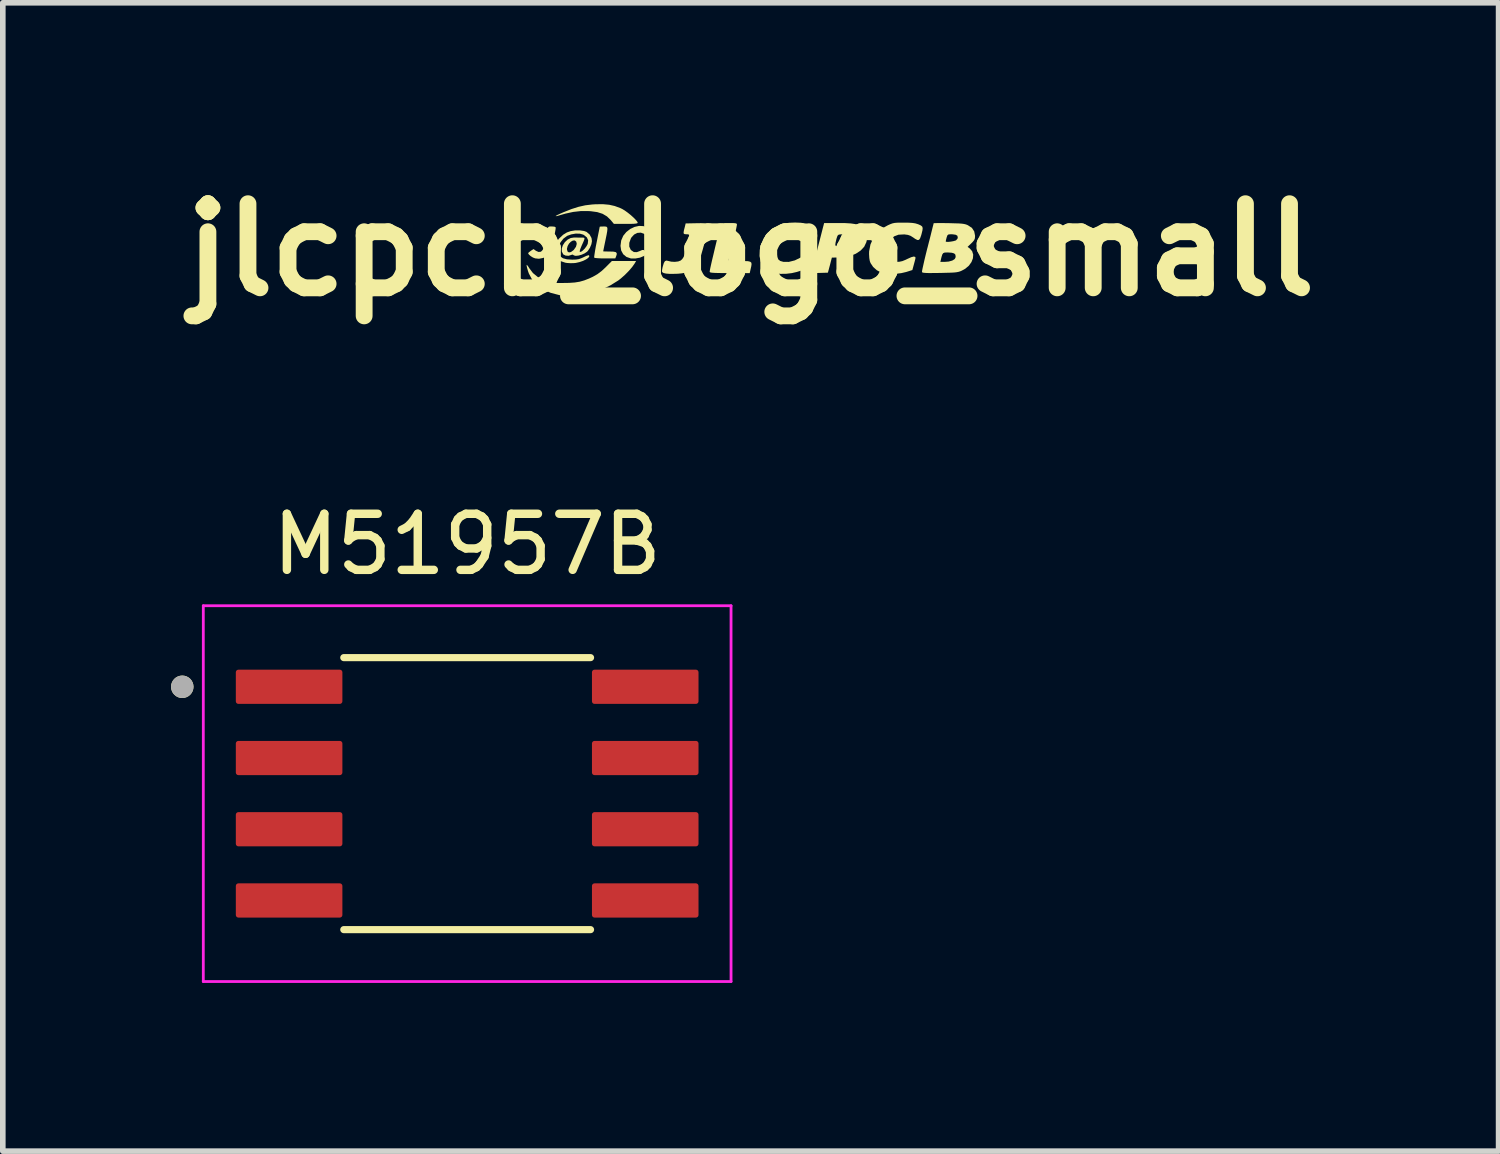
<source format=kicad_pcb>
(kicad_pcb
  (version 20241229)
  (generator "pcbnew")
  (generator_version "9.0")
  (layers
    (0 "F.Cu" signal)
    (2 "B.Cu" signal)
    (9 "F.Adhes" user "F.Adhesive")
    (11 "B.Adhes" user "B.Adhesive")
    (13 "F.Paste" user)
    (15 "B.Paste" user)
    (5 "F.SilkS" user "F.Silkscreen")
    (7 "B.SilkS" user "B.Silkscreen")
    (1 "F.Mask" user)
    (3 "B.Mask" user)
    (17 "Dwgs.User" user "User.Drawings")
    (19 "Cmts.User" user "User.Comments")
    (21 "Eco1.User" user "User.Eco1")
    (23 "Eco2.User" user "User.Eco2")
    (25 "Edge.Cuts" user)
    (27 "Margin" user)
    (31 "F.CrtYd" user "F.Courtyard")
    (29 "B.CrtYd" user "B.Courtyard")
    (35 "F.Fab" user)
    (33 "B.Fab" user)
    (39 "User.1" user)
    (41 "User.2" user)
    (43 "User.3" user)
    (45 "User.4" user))
  (footprint "jlcpcb_logo_small"
    (layer "F.Cu")
    (at 10.336 1.404)
    (property "Reference" "jlcpcb_logo_small" (at 0 0 0) (layer "F.SilkS") (effects (font (size 1.5 1.5) (thickness 0.3))))
    (attr board_only exclude_from_pos_files exclude_from_bom)
    (fp_poly (pts (xy -2.524 -0.803) (xy -2.426 -0.781) (xy -2.328 -0.745) (xy -2.292 -0.728) (xy -2.247 -0.701) (xy -2.194 -0.663) (xy -2.139 -0.619) (xy -2.088 -0.573) (xy -2.047 -0.531) (xy -2.021 -0.498) (xy -2.015 -0.482) (xy -2.022 -0.474) (xy -2.043 -0.468) (xy -2.084 -0.464) (xy -2.148 -0.462) (xy -2.228 -0.462) (xy -2.44 -0.462) (xy -2.496 -0.53) (xy -2.563 -0.595) (xy -2.642 -0.642) (xy -2.737 -0.672) (xy -2.853 -0.688) (xy -2.892 -0.69) (xy -3.033 -0.69) (xy -3.166 -0.675) (xy -3.304 -0.645) (xy -3.381 -0.623) (xy -3.441 -0.605) (xy -3.473 -0.599) (xy -3.477 -0.603) (xy -3.453 -0.618) (xy -3.402 -0.642) (xy -3.338 -0.67) (xy -3.197 -0.726) (xy -3.071 -0.766) (xy -2.951 -0.793) (xy -2.827 -0.808) (xy -2.762 -0.812) (xy -2.633 -0.813)) (stroke (width 0) (type solid)) (fill yes) (layer "F.SilkS"))
    (fp_poly (pts (xy -3.547 -0.416) (xy -3.545 -0.416) (xy -3.498 -0.412) (xy -3.478 -0.4) (xy -3.477 -0.395) (xy -3.481 -0.359) (xy -3.491 -0.302) (xy -3.505 -0.231) (xy -3.522 -0.156) (xy -3.54 -0.082) (xy -3.558 -0.017) (xy -3.573 0.031) (xy -3.581 0.052) (xy -3.631 0.108) (xy -3.699 0.145) (xy -3.777 0.16) (xy -3.843 0.153) (xy -3.883 0.138) (xy -3.923 0.113) (xy -3.955 0.085) (xy -3.969 0.062) (xy -3.969 0.06) (xy -3.957 0.046) (xy -3.928 0.024) (xy -3.921 0.018) (xy -3.872 -0.013) (xy -3.83 0.018) (xy -3.783 0.039) (xy -3.74 0.034) (xy -3.709 0.002) (xy -3.7 -0.023) (xy -3.688 -0.072) (xy -3.674 -0.135) (xy -3.662 -0.193) (xy -3.646 -0.279) (xy -3.633 -0.34) (xy -3.622 -0.379) (xy -3.611 -0.402) (xy -3.596 -0.413) (xy -3.575 -0.416)) (stroke (width 0) (type solid)) (fill yes) (layer "F.SilkS"))
    (fp_poly (pts (xy -2.593 -0.415) (xy -2.571 -0.411) (xy -2.559 -0.398) (xy -2.555 -0.373) (xy -2.559 -0.331) (xy -2.57 -0.268) (xy -2.588 -0.181) (xy -2.592 -0.161) (xy -2.607 -0.09) (xy -2.619 -0.031) (xy -2.627 0.01) (xy -2.631 0.027) (xy -2.631 0.027) (xy -2.617 0.029) (xy -2.579 0.03) (xy -2.526 0.031) (xy -2.515 0.031) (xy -2.448 0.033) (xy -2.408 0.041) (xy -2.39 0.058) (xy -2.39 0.086) (xy -2.399 0.113) (xy -2.415 0.154) (xy -2.599 0.154) (xy -2.671 0.153) (xy -2.731 0.15) (xy -2.773 0.146) (xy -2.791 0.14) (xy -2.791 0.121) (xy -2.785 0.078) (xy -2.775 0.014) (xy -2.761 -0.065) (xy -2.746 -0.139) (xy -2.729 -0.226) (xy -2.714 -0.301) (xy -2.702 -0.36) (xy -2.695 -0.398) (xy -2.692 -0.411) (xy -2.679 -0.414) (xy -2.644 -0.415) (xy -2.623 -0.416)) (stroke (width 0) (type solid)) (fill yes) (layer "F.SilkS"))
    (fp_poly (pts (xy -1.912 -0.422) (xy -1.841 -0.395) (xy -1.823 -0.382) (xy -1.783 -0.35) (xy -1.825 -0.306) (xy -1.854 -0.279) (xy -1.874 -0.271) (xy -1.896 -0.281) (xy -1.902 -0.285) (xy -1.96 -0.306) (xy -2.022 -0.301) (xy -2.079 -0.272) (xy -2.127 -0.22) (xy -2.138 -0.2) (xy -2.165 -0.125) (xy -2.166 -0.058) (xy -2.141 -0.003) (xy -2.131 0.008) (xy -2.084 0.04) (xy -2.031 0.042) (xy -1.979 0.023) (xy -1.936 0.004) (xy -1.909 0.004) (xy -1.887 0.022) (xy -1.883 0.027) (xy -1.865 0.06) (xy -1.871 0.085) (xy -1.905 0.111) (xy -1.907 0.112) (xy -1.975 0.14) (xy -2.055 0.155) (xy -2.131 0.155) (xy -2.138 0.154) (xy -2.216 0.127) (xy -2.274 0.079) (xy -2.31 0.012) (xy -2.322 -0.07) (xy -2.31 -0.163) (xy -2.308 -0.17) (xy -2.273 -0.25) (xy -2.218 -0.317) (xy -2.149 -0.371) (xy -2.071 -0.408) (xy -1.991 -0.426)) (stroke (width 0) (type solid)) (fill yes) (layer "F.SilkS"))
    (fp_poly (pts (xy -2.072 0.248) (xy -2.114 0.307) (xy -2.173 0.376) (xy -2.242 0.446) (xy -2.314 0.51) (xy -2.36 0.546) (xy -2.504 0.635) (xy -2.663 0.709) (xy -2.83 0.766) (xy -3 0.805) (xy -3.167 0.824) (xy -3.323 0.821) (xy -3.408 0.809) (xy -3.568 0.767) (xy -3.703 0.707) (xy -3.812 0.63) (xy -3.897 0.534) (xy -3.957 0.421) (xy -3.971 0.38) (xy -3.986 0.328) (xy -3.995 0.288) (xy -3.996 0.268) (xy -3.996 0.268) (xy -3.985 0.275) (xy -3.964 0.303) (xy -3.949 0.328) (xy -3.883 0.415) (xy -3.794 0.488) (xy -3.693 0.545) (xy -3.653 0.563) (xy -3.62 0.576) (xy -3.586 0.585) (xy -3.545 0.59) (xy -3.49 0.592) (xy -3.415 0.592) (xy -3.362 0.592) (xy -3.238 0.59) (xy -3.137 0.583) (xy -3.05 0.569) (xy -2.969 0.546) (xy -2.884 0.513) (xy -2.815 0.481) (xy -2.734 0.435) (xy -2.658 0.378) (xy -2.588 0.313) (xy -2.476 0.2) (xy -2.26 0.2) (xy -2.044 0.2)) (stroke (width 0) (type solid)) (fill yes) (layer "F.SilkS"))
    (fp_poly (pts (xy -0.318 -0.477) (xy -0.278 -0.474) (xy -0.256 -0.469) (xy -0.247 -0.458) (xy -0.246 -0.446) (xy -0.25 -0.424) (xy -0.259 -0.378) (xy -0.274 -0.313) (xy -0.292 -0.236) (xy -0.312 -0.151) (xy -0.333 -0.065) (xy -0.353 0.017) (xy -0.371 0.089) (xy -0.386 0.146) (xy -0.394 0.173) (xy -0.395 0.184) (xy -0.387 0.192) (xy -0.366 0.196) (xy -0.326 0.199) (xy -0.264 0.2) (xy -0.201 0.2) (xy -0.112 0.201) (xy -0.05 0.203) (xy -0.011 0.212) (xy 0.009 0.227) (xy 0.015 0.254) (xy 0.01 0.293) (xy 0.001 0.332) (xy -0.018 0.416) (xy -0.371 0.416) (xy -0.487 0.415) (xy -0.577 0.414) (xy -0.642 0.412) (xy -0.687 0.409) (xy -0.715 0.405) (xy -0.729 0.398) (xy -0.732 0.394) (xy -0.73 0.376) (xy -0.722 0.332) (xy -0.708 0.268) (xy -0.69 0.188) (xy -0.668 0.097) (xy -0.645 -0.001) (xy -0.621 -0.101) (xy -0.597 -0.198) (xy -0.574 -0.288) (xy -0.553 -0.365) (xy -0.536 -0.426) (xy -0.529 -0.45) (xy -0.521 -0.463) (xy -0.502 -0.471) (xy -0.467 -0.476) (xy -0.409 -0.477) (xy -0.384 -0.477)) (stroke (width 0) (type solid)) (fill yes) (layer "F.SilkS"))
    (fp_poly (pts (xy -0.822 -0.473) (xy -0.776 -0.471) (xy -0.753 -0.467) (xy -0.752 -0.466) (xy -0.751 -0.447) (xy -0.758 -0.404) (xy -0.77 -0.341) (xy -0.788 -0.264) (xy -0.809 -0.179) (xy -0.833 -0.089) (xy -0.857 -0.001) (xy -0.881 0.081) (xy -0.903 0.151) (xy -0.922 0.205) (xy -0.934 0.234) (xy -0.994 0.313) (xy -1.077 0.373) (xy -1.173 0.41) (xy -1.229 0.42) (xy -1.299 0.427) (xy -1.376 0.429) (xy -1.45 0.429) (xy -1.511 0.424) (xy -1.55 0.415) (xy -1.572 0.404) (xy -1.582 0.389) (xy -1.581 0.362) (xy -1.572 0.314) (xy -1.567 0.295) (xy -1.549 0.235) (xy -1.529 0.202) (xy -1.503 0.192) (xy -1.471 0.199) (xy -1.416 0.212) (xy -1.353 0.215) (xy -1.293 0.208) (xy -1.251 0.192) (xy -1.249 0.191) (xy -1.222 0.167) (xy -1.199 0.133) (xy -1.177 0.083) (xy -1.155 0.013) (xy -1.132 -0.073) (xy -1.111 -0.155) (xy -1.099 -0.211) (xy -1.095 -0.247) (xy -1.099 -0.266) (xy -1.113 -0.275) (xy -1.135 -0.277) (xy -1.146 -0.277) (xy -1.177 -0.279) (xy -1.194 -0.288) (xy -1.197 -0.31) (xy -1.19 -0.352) (xy -1.179 -0.393) (xy -1.16 -0.47) (xy -0.962 -0.474) (xy -0.886 -0.475)) (stroke (width 0) (type solid)) (fill yes) (layer "F.SilkS"))
    (fp_poly (pts (xy 0.892 -0.482) (xy 0.981 -0.469) (xy 1.038 -0.452) (xy 1.083 -0.432) (xy 1.106 -0.415) (xy 1.113 -0.393) (xy 1.112 -0.379) (xy 1.105 -0.327) (xy 1.091 -0.271) (xy 1.073 -0.221) (xy 1.055 -0.184) (xy 1.039 -0.169) (xy 1.038 -0.169) (xy 1.014 -0.178) (xy 0.976 -0.199) (xy 0.946 -0.219) (xy 0.862 -0.261) (xy 0.77 -0.277) (xy 0.678 -0.267) (xy 0.616 -0.243) (xy 0.545 -0.188) (xy 0.495 -0.113) (xy 0.468 -0.023) (xy 0.465 0.058) (xy 0.474 0.127) (xy 0.492 0.172) (xy 0.526 0.199) (xy 0.578 0.214) (xy 0.58 0.215) (xy 0.679 0.216) (xy 0.786 0.189) (xy 0.901 0.133) (xy 0.922 0.121) (xy 0.951 0.109) (xy 0.971 0.119) (xy 0.979 0.137) (xy 0.978 0.169) (xy 0.967 0.221) (xy 0.96 0.249) (xy 0.931 0.361) (xy 0.823 0.395) (xy 0.732 0.416) (xy 0.63 0.428) (xy 0.527 0.429) (xy 0.434 0.42) (xy 0.371 0.405) (xy 0.285 0.36) (xy 0.22 0.293) (xy 0.177 0.21) (xy 0.157 0.112) (xy 0.161 0.002) (xy 0.178 -0.078) (xy 0.229 -0.2) (xy 0.304 -0.304) (xy 0.402 -0.387) (xy 0.521 -0.449) (xy 0.596 -0.47) (xy 0.689 -0.482) (xy 0.791 -0.486)) (stroke (width 0) (type solid)) (fill yes) (layer "F.SilkS"))
    (fp_poly (pts (xy 1.685 -0.476) (xy 1.784 -0.47) (xy 1.861 -0.459) (xy 1.92 -0.443) (xy 1.966 -0.421) (xy 2.002 -0.391) (xy 2.003 -0.389) (xy 2.052 -0.322) (xy 2.074 -0.251) (xy 2.069 -0.168) (xy 2.061 -0.134) (xy 2.023 -0.054) (xy 1.959 0.014) (xy 1.874 0.07) (xy 1.769 0.11) (xy 1.65 0.133) (xy 1.558 0.138) (xy 1.447 0.139) (xy 1.43 0.204) (xy 1.415 0.263) (xy 1.398 0.326) (xy 1.395 0.339) (xy 1.376 0.408) (xy 1.242 0.412) (xy 1.173 0.414) (xy 1.13 0.411) (xy 1.106 0.404) (xy 1.099 0.395) (xy 1.099 0.382) (xy 1.103 0.354) (xy 1.112 0.31) (xy 1.126 0.247) (xy 1.146 0.163) (xy 1.172 0.057) (xy 1.205 -0.073) (xy 1.209 -0.089) (xy 1.508 -0.089) (xy 1.516 -0.069) (xy 1.539 -0.063) (xy 1.58 -0.066) (xy 1.584 -0.066) (xy 1.636 -0.075) (xy 1.679 -0.087) (xy 1.692 -0.092) (xy 1.724 -0.118) (xy 1.748 -0.147) (xy 1.764 -0.192) (xy 1.753 -0.23) (xy 1.719 -0.258) (xy 1.665 -0.274) (xy 1.595 -0.275) (xy 1.592 -0.274) (xy 1.565 -0.268) (xy 1.547 -0.25) (xy 1.534 -0.212) (xy 1.528 -0.192) (xy 1.513 -0.128) (xy 1.508 -0.089) (xy 1.209 -0.089) (xy 1.245 -0.229) (xy 1.292 -0.413) (xy 1.294 -0.419) (xy 1.309 -0.477) (xy 1.559 -0.477)) (stroke (width 0) (type solid)) (fill yes) (layer "F.SilkS"))
    (fp_poly (pts (xy 2.731 -0.484) (xy 2.819 -0.483) (xy 2.884 -0.479) (xy 2.935 -0.471) (xy 2.978 -0.458) (xy 2.992 -0.453) (xy 3.033 -0.434) (xy 3.057 -0.415) (xy 3.066 -0.388) (xy 3.062 -0.347) (xy 3.047 -0.286) (xy 3.039 -0.257) (xy 3.02 -0.204) (xy 3 -0.177) (xy 2.973 -0.174) (xy 2.932 -0.195) (xy 2.898 -0.219) (xy 2.85 -0.249) (xy 2.802 -0.266) (xy 2.741 -0.274) (xy 2.73 -0.274) (xy 2.635 -0.269) (xy 2.558 -0.24) (xy 2.496 -0.185) (xy 2.455 -0.12) (xy 2.426 -0.041) (xy 2.413 0.038) (xy 2.419 0.109) (xy 2.442 0.164) (xy 2.453 0.178) (xy 2.479 0.199) (xy 2.51 0.211) (xy 2.555 0.215) (xy 2.59 0.216) (xy 2.651 0.213) (xy 2.703 0.202) (xy 2.76 0.179) (xy 2.793 0.163) (xy 2.862 0.132) (xy 2.909 0.12) (xy 2.934 0.128) (xy 2.938 0.144) (xy 2.934 0.167) (xy 2.923 0.21) (xy 2.909 0.262) (xy 2.882 0.361) (xy 2.775 0.395) (xy 2.686 0.416) (xy 2.586 0.428) (xy 2.484 0.429) (xy 2.391 0.421) (xy 2.326 0.405) (xy 2.249 0.365) (xy 2.183 0.306) (xy 2.137 0.237) (xy 2.123 0.2) (xy 2.114 0.146) (xy 2.11 0.078) (xy 2.111 0.029) (xy 2.135 -0.096) (xy 2.186 -0.209) (xy 2.263 -0.309) (xy 2.364 -0.392) (xy 2.443 -0.436) (xy 2.489 -0.457) (xy 2.527 -0.471) (xy 2.565 -0.479) (xy 2.612 -0.483) (xy 2.677 -0.484)) (stroke (width 0) (type solid)) (fill yes) (layer "F.SilkS"))
    (fp_poly (pts (xy 3.455 -0.476) (xy 3.535 -0.475) (xy 3.635 -0.472) (xy 3.71 -0.47) (xy 3.765 -0.466) (xy 3.806 -0.46) (xy 3.838 -0.452) (xy 3.866 -0.441) (xy 3.877 -0.435) (xy 3.945 -0.389) (xy 3.985 -0.328) (xy 4 -0.252) (xy 4 -0.245) (xy 3.997 -0.204) (xy 3.984 -0.172) (xy 3.956 -0.138) (xy 3.934 -0.116) (xy 3.867 -0.052) (xy 3.904 -0.025) (xy 3.948 0.025) (xy 3.967 0.086) (xy 3.962 0.152) (xy 3.936 0.219) (xy 3.89 0.283) (xy 3.825 0.338) (xy 3.765 0.371) (xy 3.735 0.384) (xy 3.706 0.393) (xy 3.671 0.4) (xy 3.626 0.405) (xy 3.567 0.408) (xy 3.487 0.41) (xy 3.381 0.413) (xy 3.373 0.413) (xy 3.264 0.414) (xy 3.182 0.415) (xy 3.123 0.413) (xy 3.085 0.41) (xy 3.063 0.405) (xy 3.054 0.398) (xy 3.054 0.398) (xy 3.055 0.378) (xy 3.064 0.332) (xy 3.079 0.265) (xy 3.09 0.216) (xy 3.382 0.216) (xy 3.464 0.215) (xy 3.529 0.21) (xy 3.587 0.194) (xy 3.6 0.189) (xy 3.637 0.165) (xy 3.652 0.137) (xy 3.654 0.116) (xy 3.648 0.085) (xy 3.627 0.065) (xy 3.587 0.053) (xy 3.521 0.048) (xy 3.503 0.048) (xy 3.461 0.049) (xy 3.433 0.059) (xy 3.416 0.083) (xy 3.402 0.128) (xy 3.393 0.165) (xy 3.382 0.216) (xy 3.09 0.216) (xy 3.098 0.18) (xy 3.122 0.081) (xy 3.149 -0.028) (xy 3.154 -0.045) (xy 3.18 -0.148) (xy 3.477 -0.148) (xy 3.49 -0.142) (xy 3.524 -0.141) (xy 3.569 -0.146) (xy 3.614 -0.154) (xy 3.652 -0.165) (xy 3.661 -0.169) (xy 3.687 -0.198) (xy 3.692 -0.222) (xy 3.684 -0.251) (xy 3.655 -0.268) (xy 3.601 -0.276) (xy 3.566 -0.277) (xy 3.528 -0.274) (xy 3.508 -0.26) (xy 3.495 -0.226) (xy 3.493 -0.219) (xy 3.483 -0.179) (xy 3.477 -0.151) (xy 3.477 -0.148) (xy 3.18 -0.148) (xy 3.182 -0.154) (xy 3.207 -0.253) (xy 3.228 -0.338) (xy 3.245 -0.406) (xy 3.257 -0.452) (xy 3.261 -0.472) (xy 3.262 -0.473) (xy 3.276 -0.475) (xy 3.317 -0.476) (xy 3.378 -0.476)) (stroke (width 0) (type solid)) (fill yes) (layer "F.SilkS"))
    (fp_poly (pts (xy -2.971 -0.335) (xy -2.927 -0.319) (xy -2.873 -0.273) (xy -2.839 -0.21) (xy -2.831 -0.154) (xy -2.841 -0.099) (xy -2.867 -0.037) (xy -2.902 0.017) (xy -2.918 0.034) (xy -2.962 0.064) (xy -3.016 0.088) (xy -3.071 0.103) (xy -3.12 0.108) (xy -3.154 0.1) (xy -3.162 0.092) (xy -3.182 0.085) (xy -3.2 0.092) (xy -3.249 0.107) (xy -3.301 0.103) (xy -3.341 0.083) (xy -3.344 0.08) (xy -3.368 0.032) (xy -3.369 -0.011) (xy -3.277 -0.011) (xy -3.267 0.03) (xy -3.242 0.047) (xy -3.206 0.04) (xy -3.163 0.009) (xy -3.154 0.000369) (xy -3.116 -0.054) (xy -3.102 -0.106) (xy -3.111 -0.145) (xy -3.136 -0.166) (xy -3.17 -0.165) (xy -3.206 -0.145) (xy -3.24 -0.111) (xy -3.265 -0.067) (xy -3.277 -0.018) (xy -3.277 -0.011) (xy -3.369 -0.011) (xy -3.369 -0.024) (xy -3.35 -0.081) (xy -3.314 -0.136) (xy -3.266 -0.181) (xy -3.209 -0.21) (xy -3.15 -0.219) (xy -3.088 -0.218) (xy -3.025 -0.217) (xy -3.019 -0.217) (xy -2.989 -0.217) (xy -2.971 -0.214) (xy -2.964 -0.203) (xy -2.969 -0.179) (xy -2.986 -0.137) (xy -3.015 -0.073) (xy -3.021 -0.058) (xy -3.04 -0.011) (xy -3.049 0.024) (xy -3.047 0.038) (xy -3.025 0.035) (xy -2.994 0.013) (xy -2.959 -0.022) (xy -2.929 -0.063) (xy -2.908 -0.102) (xy -2.906 -0.108) (xy -2.899 -0.169) (xy -2.921 -0.22) (xy -2.972 -0.262) (xy -2.988 -0.271) (xy -3.046 -0.287) (xy -3.12 -0.289) (xy -3.199 -0.275) (xy -3.272 -0.249) (xy -3.275 -0.247) (xy -3.34 -0.199) (xy -3.392 -0.133) (xy -3.424 -0.058) (xy -3.431 -0.004) (xy -3.422 0.066) (xy -3.396 0.117) (xy -3.348 0.151) (xy -3.277 0.17) (xy -3.184 0.176) (xy -3.116 0.174) (xy -3.064 0.166) (xy -3.015 0.148) (xy -2.98 0.132) (xy -2.934 0.11) (xy -2.898 0.098) (xy -2.883 0.097) (xy -2.878 0.119) (xy -2.898 0.145) (xy -2.937 0.172) (xy -2.99 0.198) (xy -3.052 0.219) (xy -3.118 0.234) (xy -3.146 0.237) (xy -3.21 0.239) (xy -3.275 0.235) (xy -3.306 0.23) (xy -3.392 0.201) (xy -3.455 0.154) (xy -3.492 0.091) (xy -3.503 0.015) (xy -3.502 -0.003) (xy -3.476 -0.106) (xy -3.424 -0.194) (xy -3.344 -0.269) (xy -3.277 -0.31) (xy -3.21 -0.333) (xy -3.13 -0.346) (xy -3.046 -0.346)) (stroke (width 0) (type solid)) (fill yes) (layer "F.SilkS")))
  (footprint "M51957B"
    (layer "F.Cu")
    (at 5.28 11.101)
    (property "Reference" "M51957B" (at 0 -4.445 0) (layer "F.SilkS") (effects (font (size 1 1) (thickness 0.15))))
    (attr smd)
    (fp_line (start -2.2 -2.425) (end 2.2 -2.425) (stroke (width 0.127) (type solid)) (layer "F.SilkS"))
    (fp_line (start -2.2 2.425) (end 2.2 2.425) (stroke (width 0.127) (type solid)) (layer "F.SilkS"))
    (fp_circle (center -5.08 -1.905) (end -4.98 -1.905) (stroke (width 0.2) (type solid)) (fill no) (layer "F.SilkS"))
    (fp_line (start -4.705 -3.35) (end -4.705 3.35) (stroke (width 0.05) (type solid)) (layer "F.CrtYd"))
    (fp_line (start -4.705 3.35) (end 4.705 3.35) (stroke (width 0.05) (type solid)) (layer "F.CrtYd"))
    (fp_line (start 4.705 -3.35) (end -4.705 -3.35) (stroke (width 0.05) (type solid)) (layer "F.CrtYd"))
    (fp_line (start 4.705 3.35) (end 4.705 -3.35) (stroke (width 0.05) (type solid)) (layer "F.CrtYd"))
    (fp_circle (center -5.08 -1.905) (end -4.98 -1.905) (stroke (width 0.2) (type solid)) (fill no) (layer "F.Fab"))
    (pad "1" smd roundrect (at -3.175 -1.905) (size 1.9 0.61) (layers "F.Cu" "F.Mask" "F.Paste") (roundrect_rratio 0.075))
    (pad "2" smd roundrect (at -3.175 -0.635) (size 1.9 0.61) (layers "F.Cu" "F.Mask" "F.Paste") (roundrect_rratio 0.075))
    (pad "3" smd roundrect (at -3.175 0.635) (size 1.9 0.61) (layers "F.Cu" "F.Mask" "F.Paste") (roundrect_rratio 0.075))
    (pad "4" smd roundrect (at -3.175 1.905) (size 1.9 0.61) (layers "F.Cu" "F.Mask" "F.Paste") (roundrect_rratio 0.075))
    (pad "5" smd roundrect (at 3.175 1.905) (size 1.9 0.61) (layers "F.Cu" "F.Mask" "F.Paste") (roundrect_rratio 0.075))
    (pad "6" smd roundrect (at 3.175 0.635) (size 1.9 0.61) (layers "F.Cu" "F.Mask" "F.Paste") (roundrect_rratio 0.075))
    (pad "7" smd roundrect (at 3.175 -0.635) (size 1.9 0.61) (layers "F.Cu" "F.Mask" "F.Paste") (roundrect_rratio 0.075))
    (pad "8" smd roundrect (at 3.175 -1.905) (size 1.9 0.61) (layers "F.Cu" "F.Mask" "F.Paste") (roundrect_rratio 0.075)))
  (gr_rect
    (start -3 -3)
    (end 23.671 17.476)
    (stroke (width 0.1) (type default))
    (fill no)
    (layer "Edge.Cuts")))
</source>
